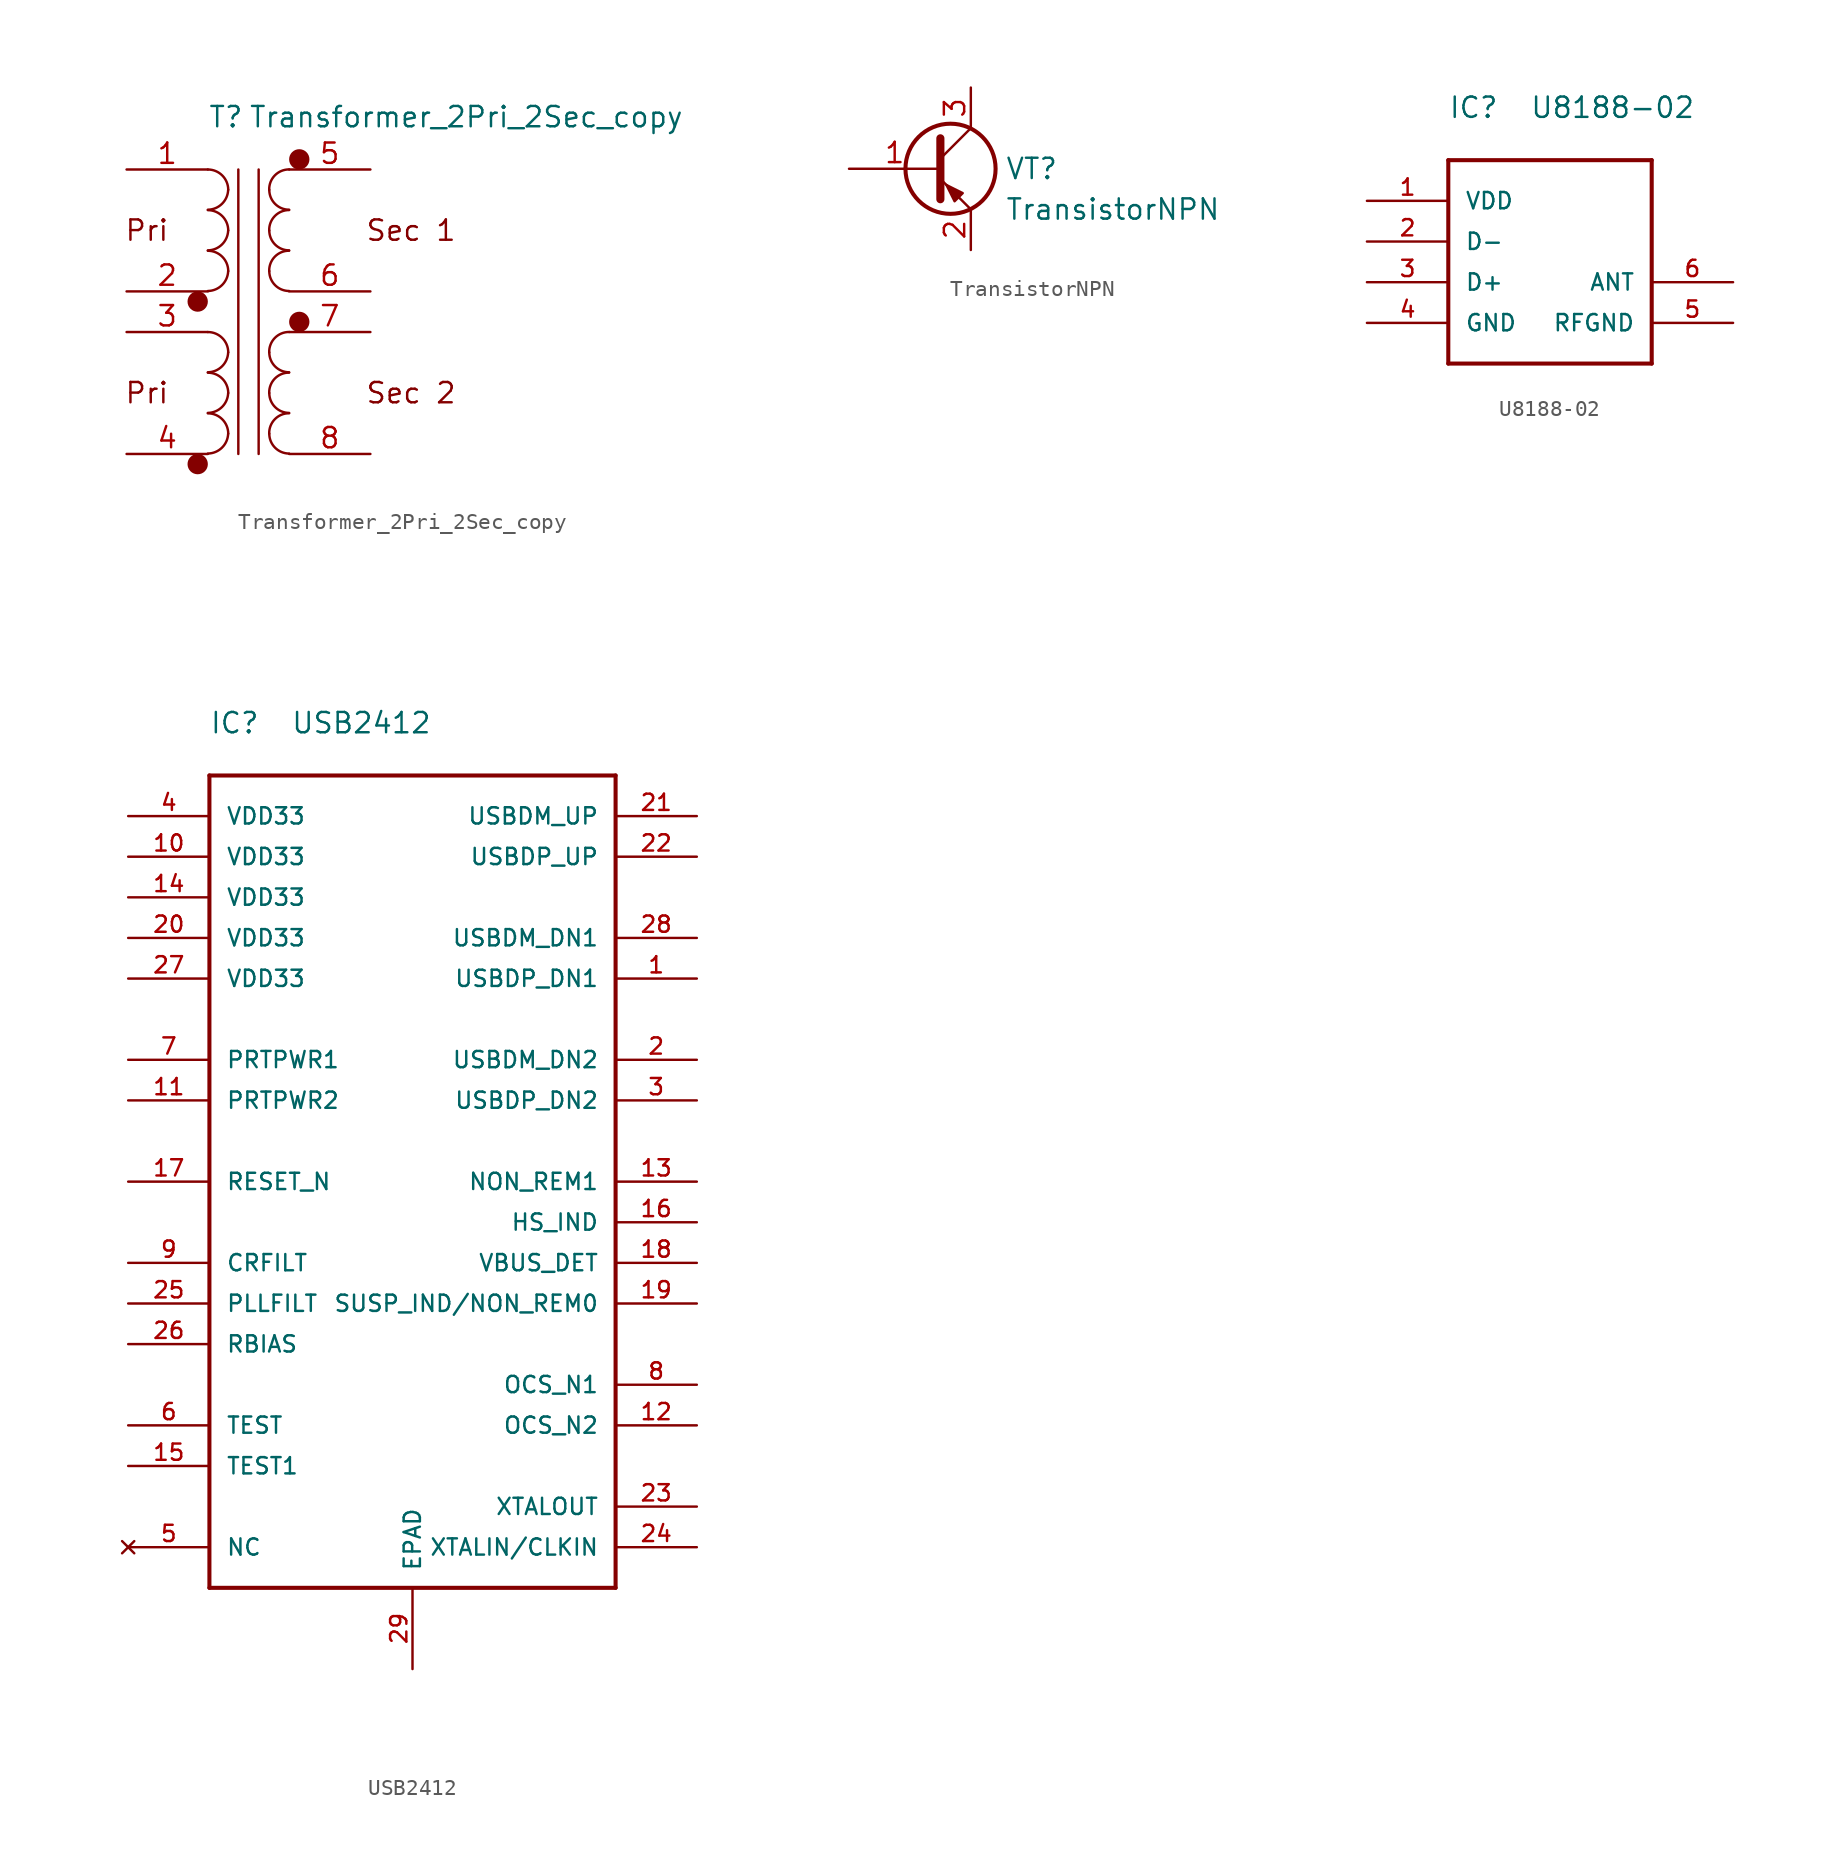
<source format=kicad_sym>
(kicad_symbol_lib
  (version 20220914)
  (generator kicad_symbol_editor)
  (symbol "Transformer_2Pri_2Sec_copy"
    (pin_names
      (offset 1.016))
    (property "Reference" "T"
      (at 5.08 2.54 0)
      (effects (font (size 1.27 1.27)) (justify left bottom)))
    (property "Value" "Transformer_2Pri_2Sec_copy"
      (at 7.62 2.54 0)
      (effects (font (size 1.27 1.27)) (justify left bottom)))
    (symbol "Transformer_2Pri_2Sec_copy_0_0"
      (text "Pri" (at 1.27 -3.81 0) (effects (font (size 1.27 1.27))))
      (text "Sec 2" (at 17.78 -13.97 0) (effects (font (size 1.27 1.27)))))
    (symbol "Transformer_2Pri_2Sec_copy_1_1"
      (polyline (pts (xy 6.985 0) (xy 6.985 -17.78)) (stroke (width 0) (type solid)) (fill (type none)))
      (polyline (pts (xy 8.255 -17.78) (xy 8.255 0)) (stroke (width 0) (type solid)) (fill (type none)))
      (circle (center 4.445 -18.415) (radius 0.0001) (stroke (width 0.635) (type solid)) (fill (type none)))
      (circle (center 4.445 -8.255) (radius 0.0001) (stroke (width 0.635) (type solid)) (fill (type none)))
      (arc (start 5.08 -17.7546) (mid 5.9601 -17.3901) (end 6.35 -16.51) (stroke (width 0) (type solid)) (fill (type none)))
      (arc (start 5.08 -15.2146) (mid 5.9601 -14.8501) (end 6.35 -13.97) (stroke (width 0) (type solid)) (fill (type none)))
      (arc (start 5.08 -12.6746) (mid 5.9601 -12.3101) (end 6.35 -11.43) (stroke (width 0) (type solid)) (fill (type none)))
      (arc (start 5.08 -7.5946) (mid 5.9601 -7.2301) (end 6.35 -6.35) (stroke (width 0) (type solid)) (fill (type none)))
      (arc (start 5.08 -5.0546) (mid 5.9601 -4.6901) (end 6.35 -3.81) (stroke (width 0) (type solid)) (fill (type none)))
      (arc (start 5.08 -2.5146) (mid 5.9601 -2.1501) (end 6.35 -1.27) (stroke (width 0) (type solid)) (fill (type none)))
      (arc (start 6.35 -16.51) (mid 5.978 -15.612) (end 5.08 -15.24) (stroke (width 0) (type solid)) (fill (type none)))
      (arc (start 6.35 -13.97) (mid 5.978 -13.072) (end 5.08 -12.7) (stroke (width 0) (type solid)) (fill (type none)))
      (arc (start 6.35 -11.43) (mid 5.978 -10.532) (end 5.08 -10.16) (stroke (width 0) (type solid)) (fill (type none)))
      (arc (start 6.35 -6.35) (mid 5.978 -5.452) (end 5.08 -5.08) (stroke (width 0) (type solid)) (fill (type none)))
      (arc (start 6.35 -3.81) (mid 5.978 -2.912) (end 5.08 -2.54) (stroke (width 0) (type solid)) (fill (type none)))
      (arc (start 6.35 -1.27) (mid 5.978 -0.372) (end 5.08 0) (stroke (width 0) (type solid)) (fill (type none)))
      (arc (start 8.9154 -16.51) (mid 9.2799 -17.3901) (end 10.16 -17.7546) (stroke (width 0) (type solid)) (fill (type none)))
      (arc (start 8.9154 -13.97) (mid 9.2799 -14.8501) (end 10.16 -15.2146) (stroke (width 0) (type solid)) (fill (type none)))
      (arc (start 8.9154 -11.43) (mid 9.2799 -12.3101) (end 10.16 -12.6746) (stroke (width 0) (type solid)) (fill (type none)))
      (arc (start 8.9154 -6.35) (mid 9.2799 -7.2301) (end 10.16 -7.5946) (stroke (width 0) (type solid)) (fill (type none)))
      (arc (start 8.9154 -3.81) (mid 9.2799 -4.6901) (end 10.16 -5.0546) (stroke (width 0) (type solid)) (fill (type none)))
      (arc (start 8.9154 -1.27) (mid 9.2799 -2.1501) (end 10.16 -2.5146) (stroke (width 0) (type solid)) (fill (type none)))
      (arc (start 10.16 -15.24) (mid 9.262 -15.612) (end 8.9154 -16.51) (stroke (width 0) (type solid)) (fill (type none)))
      (arc (start 10.16 -12.7) (mid 9.262 -13.072) (end 8.9154 -13.97) (stroke (width 0) (type solid)) (fill (type none)))
      (arc (start 10.16 -10.16) (mid 9.262 -10.532) (end 8.9154 -11.43) (stroke (width 0) (type solid)) (fill (type none)))
      (arc (start 10.16 -5.08) (mid 9.262 -5.452) (end 8.9154 -6.35) (stroke (width 0) (type solid)) (fill (type none)))
      (arc (start 10.16 -2.54) (mid 9.262 -2.912) (end 8.9154 -3.81) (stroke (width 0) (type solid)) (fill (type none)))
      (arc (start 10.16 0) (mid 9.262 -0.372) (end 8.9154 -1.27) (stroke (width 0) (type solid)) (fill (type none)))
      (circle (center 10.795 -9.525) (radius 0.0001) (stroke (width 0.635) (type solid)) (fill (type none)))
      (circle (center 10.795 0.635) (radius 0.0001) (stroke (width 0.635) (type solid)) (fill (type none)))
      (text "Pri" (at 1.27 -13.97 0) (effects (font (size 1.27 1.27))))
      (text "Sec 1" (at 17.78 -3.81 0) (effects (font (size 1.27 1.27))))
      (pin passive line (at 0 0 0) (length 5.08) (name "~" (effects (font (size 1.27 1.27)))) (number "1" (effects (font (size 1.27 1.27)))))
      (pin passive line (at 0 -7.62 0) (length 5.08) (name "~" (effects (font (size 1.27 1.27)))) (number "2" (effects (font (size 1.27 1.27)))))
      (pin passive line (at 0 -10.16 0) (length 5.08) (name "~" (effects (font (size 1.27 1.27)))) (number "3" (effects (font (size 1.27 1.27)))))
      (pin passive line (at 0 -17.78 0) (length 5.08) (name "~" (effects (font (size 1.27 1.27)))) (number "4" (effects (font (size 1.27 1.27)))))
      (pin passive line (at 15.24 0 180) (length 5.08) (name "~" (effects (font (size 1.27 1.27)))) (number "5" (effects (font (size 1.27 1.27)))))
      (pin passive line (at 15.24 -7.62 180) (length 5.08) (name "~" (effects (font (size 1.27 1.27)))) (number "6" (effects (font (size 1.27 1.27)))))
      (pin passive line (at 15.24 -10.16 180) (length 5.08) (name "~" (effects (font (size 1.27 1.27)))) (number "7" (effects (font (size 1.27 1.27)))))
      (pin passive line (at 15.24 -17.78 180) (length 5.08) (name "~" (effects (font (size 1.27 1.27)))) (number "8" (effects (font (size 1.27 1.27)))))))
  (symbol "TransistorNPN"
    (pin_names
      (offset 1.016) hide)
    (property "Reference" "VT"
      (at 6.35 0 0)
      (effects (font (size 1.27 1.27))))
    (property "Value" "TransistorNPN"
      (at 11.43 -2.54 0)
      (effects (font (size 1.27 1.27))))
    (symbol "TransistorNPN_1_1"
      (polyline (pts (xy 0.635 0.635) (xy 2.54 2.54)) (stroke (width 0) (type solid)) (fill (type none)))
      (polyline (pts (xy 0.635 -0.635) (xy 2.54 -2.54) (xy 2.54 -2.54)) (stroke (width 0) (type solid)) (fill (type none)))
      (polyline (pts (xy 0.635 1.905) (xy 0.635 -1.905) (xy 0.635 -1.905)) (stroke (width 0.508) (type solid)) (fill (type none)))
      (polyline (pts (xy 2.032 -1.524) (xy 1.524 -2.032) (xy 1.016 -1.016) (xy 2.032 -1.524) (xy 2.032 -1.524)) (stroke (width 0) (type solid)) (fill (type outline)))
      (circle (center 1.27 0) (radius 2.819) (stroke (width 0.254) (type solid)) (fill (type none)))
      (pin input line (at -5.08 0 0) (length 5.715) (name "B" (effects (font (size 1.27 1.27)))) (number "1" (effects (font (size 1.27 1.27)))))
      (pin passive line (at 2.54 -5.08 90) (length 2.54) (name "E" (effects (font (size 1.27 1.27)))) (number "2" (effects (font (size 1.27 1.27)))))
      (pin passive line (at 2.54 5.08 270) (length 2.54) (name "C" (effects (font (size 1.27 1.27)))) (number "3" (effects (font (size 1.27 1.27)))))))
  (symbol "U8188-02"
    (pin_names
      (offset 1.016))
    (property "Reference" "IC"
      (at 0 2.54 0)
      (effects (font (size 1.27 1.27)) (justify left bottom)))
    (property "Value" "U8188-02"
      (at 5.08 2.54 0)
      (effects (font (size 1.27 1.27)) (justify left bottom)))
    (symbol "U8188-02_1_0"
      (polyline (pts (xy 0 -12.7) (xy 0 0)) (stroke (width 0.254) (type solid)) (fill (type none)))
      (polyline (pts (xy 0 0) (xy 12.7 0)) (stroke (width 0.254) (type solid)) (fill (type none)))
      (polyline (pts (xy 12.7 -12.7) (xy 0 -12.7)) (stroke (width 0.254) (type solid)) (fill (type none)))
      (polyline (pts (xy 12.7 0) (xy 12.7 -12.7)) (stroke (width 0.254) (type solid)) (fill (type none))))
    (symbol "U8188-02_1_1"
      (pin power_in line (at -5.08 -2.54 0) (length 5.08) (name "VDD" (effects (font (size 1.016 1.016)))) (number "1" (effects (font (size 1.016 1.016)))))
      (pin input line (at -5.08 -5.08 0) (length 5.08) (name "D-" (effects (font (size 1.016 1.016)))) (number "2" (effects (font (size 1.016 1.016)))))
      (pin input line (at -5.08 -7.62 0) (length 5.08) (name "D+" (effects (font (size 1.016 1.016)))) (number "3" (effects (font (size 1.016 1.016)))))
      (pin power_in line (at -5.08 -10.16 0) (length 5.08) (name "GND" (effects (font (size 1.016 1.016)))) (number "4" (effects (font (size 1.016 1.016)))))
      (pin power_in line (at 17.78 -10.16 180) (length 5.08) (name "RFGND" (effects (font (size 1.016 1.016)))) (number "5" (effects (font (size 1.016 1.016)))))
      (pin output line (at 17.78 -7.62 180) (length 5.08) (name "ANT" (effects (font (size 1.016 1.016)))) (number "6" (effects (font (size 1.016 1.016)))))))
  (symbol "USB2412"
    (pin_names
      (offset 1.016))
    (property "Reference" "IC"
      (at 0 2.54 0)
      (effects (font (size 1.27 1.27)) (justify left bottom)))
    (property "Value" "USB2412"
      (at 5.08 2.54 0)
      (effects (font (size 1.27 1.27)) (justify left bottom)))
    (symbol "USB2412_1_0"
      (polyline (pts (xy 0 -50.8) (xy 0 0)) (stroke (width 0.254) (type solid)) (fill (type none)))
      (polyline (pts (xy 0 0) (xy 25.4 0)) (stroke (width 0.254) (type solid)) (fill (type none)))
      (polyline (pts (xy 25.4 -50.8) (xy 0 -50.8)) (stroke (width 0.254) (type solid)) (fill (type none)))
      (polyline (pts (xy 25.4 0) (xy 25.4 -50.8)) (stroke (width 0.254) (type solid)) (fill (type none))))
    (symbol "USB2412_1_1"
      (pin bidirectional line (at 30.48 -12.7 180) (length 5.08) (name "USBDP_DN1" (effects (font (size 1.016 1.016)))) (number "1" (effects (font (size 1.016 1.016)))))
      (pin power_in line (at -5.08 -5.08 0) (length 5.08) (name "VDD33" (effects (font (size 1.016 1.016)))) (number "10" (effects (font (size 1.016 1.016)))))
      (pin input line (at -5.08 -20.32 0) (length 5.08) (name "PRTPWR2" (effects (font (size 1.016 1.016)))) (number "11" (effects (font (size 1.016 1.016)))))
      (pin input line (at 30.48 -40.64 180) (length 5.08) (name "OCS_N2" (effects (font (size 1.016 1.016)))) (number "12" (effects (font (size 1.016 1.016)))))
      (pin bidirectional line (at 30.48 -25.4 180) (length 5.08) (name "NON_REM1" (effects (font (size 1.016 1.016)))) (number "13" (effects (font (size 1.016 1.016)))))
      (pin power_in line (at -5.08 -7.62 0) (length 5.08) (name "VDD33" (effects (font (size 1.016 1.016)))) (number "14" (effects (font (size 1.016 1.016)))))
      (pin passive line (at -5.08 -43.18 0) (length 5.08) (name "TEST1" (effects (font (size 1.016 1.016)))) (number "15" (effects (font (size 1.016 1.016)))))
      (pin bidirectional line (at 30.48 -27.94 180) (length 5.08) (name "HS_IND" (effects (font (size 1.016 1.016)))) (number "16" (effects (font (size 1.016 1.016)))))
      (pin input line (at -5.08 -25.4 0) (length 5.08) (name "RESET_N" (effects (font (size 1.016 1.016)))) (number "17" (effects (font (size 1.016 1.016)))))
      (pin input line (at 30.48 -30.48 180) (length 5.08) (name "VBUS_DET" (effects (font (size 1.016 1.016)))) (number "18" (effects (font (size 1.016 1.016)))))
      (pin bidirectional line (at 30.48 -33.02 180) (length 5.08) (name "SUSP_IND/NON_REM0" (effects (font (size 1.016 1.016)))) (number "19" (effects (font (size 1.016 1.016)))))
      (pin bidirectional line (at 30.48 -17.78 180) (length 5.08) (name "USBDM_DN2" (effects (font (size 1.016 1.016)))) (number "2" (effects (font (size 1.016 1.016)))))
      (pin power_in line (at -5.08 -10.16 0) (length 5.08) (name "VDD33" (effects (font (size 1.016 1.016)))) (number "20" (effects (font (size 1.016 1.016)))))
      (pin bidirectional line (at 30.48 -2.54 180) (length 5.08) (name "USBDM_UP" (effects (font (size 1.016 1.016)))) (number "21" (effects (font (size 1.016 1.016)))))
      (pin bidirectional line (at 30.48 -5.08 180) (length 5.08) (name "USBDP_UP" (effects (font (size 1.016 1.016)))) (number "22" (effects (font (size 1.016 1.016)))))
      (pin output line (at 30.48 -45.72 180) (length 5.08) (name "XTALOUT" (effects (font (size 1.016 1.016)))) (number "23" (effects (font (size 1.016 1.016)))))
      (pin input line (at 30.48 -48.26 180) (length 5.08) (name "XTALIN/CLKIN" (effects (font (size 1.016 1.016)))) (number "24" (effects (font (size 1.016 1.016)))))
      (pin passive line (at -5.08 -33.02 0) (length 5.08) (name "PLLFILT" (effects (font (size 1.016 1.016)))) (number "25" (effects (font (size 1.016 1.016)))))
      (pin passive line (at -5.08 -35.56 0) (length 5.08) (name "RBIAS" (effects (font (size 1.016 1.016)))) (number "26" (effects (font (size 1.016 1.016)))))
      (pin power_in line (at -5.08 -12.7 0) (length 5.08) (name "VDD33" (effects (font (size 1.016 1.016)))) (number "27" (effects (font (size 1.016 1.016)))))
      (pin bidirectional line (at 30.48 -10.16 180) (length 5.08) (name "USBDM_DN1" (effects (font (size 1.016 1.016)))) (number "28" (effects (font (size 1.016 1.016)))))
      (pin power_in line (at 12.7 -55.88 90) (length 5.08) (name "EPAD" (effects (font (size 1.016 1.016)))) (number "29" (effects (font (size 1.016 1.016)))))
      (pin bidirectional line (at 30.48 -20.32 180) (length 5.08) (name "USBDP_DN2" (effects (font (size 1.016 1.016)))) (number "3" (effects (font (size 1.016 1.016)))))
      (pin power_in line (at -5.08 -2.54 0) (length 5.08) (name "VDD33" (effects (font (size 1.016 1.016)))) (number "4" (effects (font (size 1.016 1.016)))))
      (pin no_connect line (at -5.08 -48.26 0) (length 5.08) (name "NC" (effects (font (size 1.016 1.016)))) (number "5" (effects (font (size 1.016 1.016)))))
      (pin passive line (at -5.08 -40.64 0) (length 5.08) (name "TEST" (effects (font (size 1.016 1.016)))) (number "6" (effects (font (size 1.016 1.016)))))
      (pin input line (at -5.08 -17.78 0) (length 5.08) (name "PRTPWR1" (effects (font (size 1.016 1.016)))) (number "7" (effects (font (size 1.016 1.016)))))
      (pin input line (at 30.48 -38.1 180) (length 5.08) (name "OCS_N1" (effects (font (size 1.016 1.016)))) (number "8" (effects (font (size 1.016 1.016)))))
      (pin passive line (at -5.08 -30.48 0) (length 5.08) (name "CRFILT" (effects (font (size 1.016 1.016)))) (number "9" (effects (font (size 1.016 1.016))))))))
</source>
